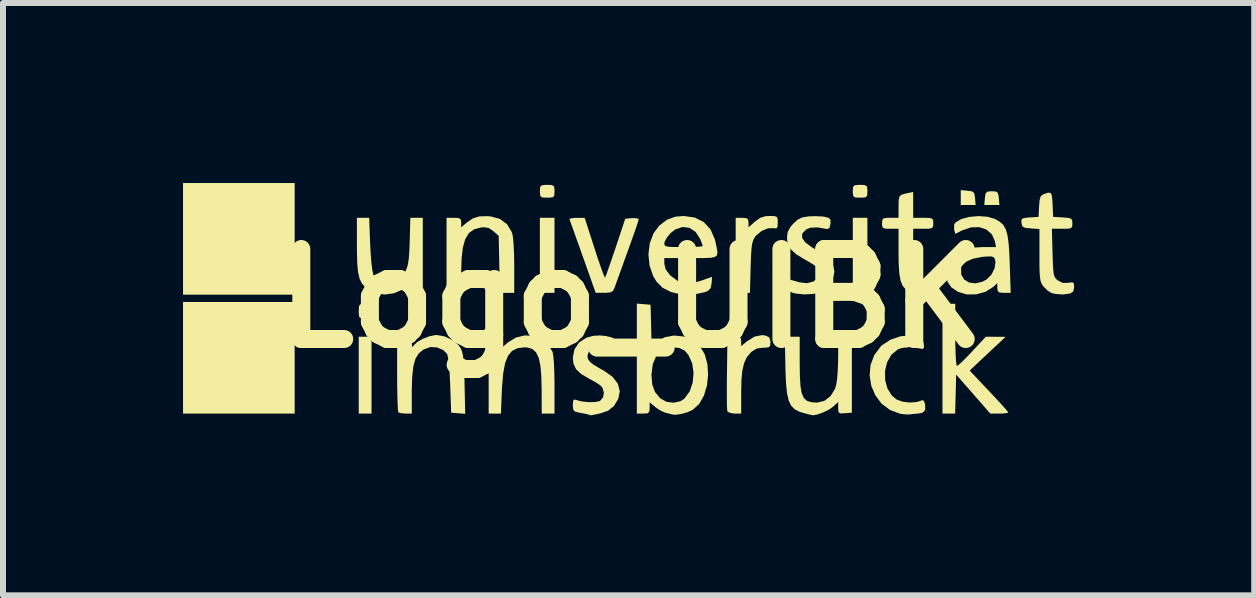
<source format=kicad_pcb>
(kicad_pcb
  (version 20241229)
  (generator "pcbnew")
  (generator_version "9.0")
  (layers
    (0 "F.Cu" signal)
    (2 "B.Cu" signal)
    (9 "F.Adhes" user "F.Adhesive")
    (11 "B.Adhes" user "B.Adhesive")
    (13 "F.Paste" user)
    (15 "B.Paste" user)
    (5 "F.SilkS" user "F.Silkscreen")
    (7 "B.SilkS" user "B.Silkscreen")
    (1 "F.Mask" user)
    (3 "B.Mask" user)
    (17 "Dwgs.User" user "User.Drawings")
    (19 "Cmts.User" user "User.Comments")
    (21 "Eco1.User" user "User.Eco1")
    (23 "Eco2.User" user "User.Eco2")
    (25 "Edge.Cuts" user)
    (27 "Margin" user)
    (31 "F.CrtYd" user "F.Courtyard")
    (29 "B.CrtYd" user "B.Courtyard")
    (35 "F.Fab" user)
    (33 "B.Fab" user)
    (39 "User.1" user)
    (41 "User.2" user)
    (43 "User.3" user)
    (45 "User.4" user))
  (footprint "Logo_UIBK"
    (layer "F.Cu")
    (at 7.471 1.921)
    (property "Reference" "Logo_UIBK" (at 0 0 0) (layer "F.SilkS") (effects (font (size 1.5 1.5) (thickness 0.3))))
    (attr board_only exclude_from_pos_files exclude_from_bom)
    (fp_poly (pts (xy -5.611 -0.991) (xy -5.611 -0.061) (xy -6.541 -0.061) (xy -7.471 -0.061) (xy -7.471 -0.991) (xy -7.471 -1.921) (xy -6.541 -1.921) (xy -5.611 -1.921)) (stroke (width 0) (type solid)) (fill yes) (layer "F.SilkS"))
    (fp_poly (pts (xy -5.611 0.991) (xy -5.611 1.921) (xy -6.541 1.921) (xy -7.471 1.921) (xy -7.471 0.991) (xy -7.471 0.061) (xy -6.541 0.061) (xy -5.611 0.061)) (stroke (width 0) (type solid)) (fill yes) (layer "F.SilkS"))
    (fp_poly (pts (xy -4.33 1.281) (xy -4.33 1.921) (xy -4.437 1.921) (xy -4.543 1.921) (xy -4.543 1.281) (xy -4.543 0.64) (xy -4.437 0.64) (xy -4.33 0.64)) (stroke (width 0) (type solid)) (fill yes) (layer "F.SilkS"))
    (fp_poly (pts (xy -1.281 -0.717) (xy -1.281 -0.091) (xy -1.403 -0.091) (xy -1.525 -0.091) (xy -1.525 -0.717) (xy -1.525 -1.342) (xy -1.403 -1.342) (xy -1.281 -1.342)) (stroke (width 0) (type solid)) (fill yes) (layer "F.SilkS"))
    (fp_poly (pts (xy 3.933 -0.717) (xy 3.933 -0.091) (xy 3.812 -0.091) (xy 3.69 -0.091) (xy 3.69 -0.717) (xy 3.69 -1.342) (xy 3.812 -1.342) (xy 3.933 -1.342)) (stroke (width 0) (type solid)) (fill yes) (layer "F.SilkS"))
    (fp_poly (pts (xy 5.603 -1.793) (xy 5.678 -1.782) (xy 5.713 -1.753) (xy 5.725 -1.685) (xy 5.727 -1.669) (xy 5.736 -1.555) (xy 5.612 -1.555) (xy 5.489 -1.555) (xy 5.489 -1.679) (xy 5.489 -1.803)) (stroke (width 0) (type solid)) (fill yes) (layer "F.SilkS"))
    (fp_poly (pts (xy 6.077 -1.779) (xy 6.109 -1.753) (xy 6.122 -1.687) (xy 6.123 -1.669) (xy 6.133 -1.555) (xy 6.007 -1.555) (xy 5.881 -1.555) (xy 5.891 -1.669) (xy 5.901 -1.744) (xy 5.929 -1.776) (xy 5.991 -1.784) (xy 6.007 -1.784)) (stroke (width 0) (type solid)) (fill yes) (layer "F.SilkS"))
    (fp_poly (pts (xy -4.368 0.095) (xy -4.338 0.118) (xy -4.33 0.177) (xy -4.33 0.213) (xy -4.333 0.292) (xy -4.353 0.326) (xy -4.405 0.335) (xy -4.437 0.335) (xy -4.505 0.332) (xy -4.535 0.309) (xy -4.543 0.249) (xy -4.543 0.213) (xy -4.54 0.135) (xy -4.52 0.101) (xy -4.468 0.092) (xy -4.437 0.091)) (stroke (width 0) (type solid)) (fill yes) (layer "F.SilkS"))
    (fp_poly (pts (xy -1.325 -1.887) (xy -1.29 -1.867) (xy -1.281 -1.815) (xy -1.281 -1.784) (xy -1.284 -1.715) (xy -1.307 -1.685) (xy -1.367 -1.677) (xy -1.403 -1.677) (xy -1.481 -1.68) (xy -1.515 -1.7) (xy -1.524 -1.752) (xy -1.525 -1.784) (xy -1.521 -1.852) (xy -1.498 -1.882) (xy -1.439 -1.89) (xy -1.403 -1.891)) (stroke (width 0) (type solid)) (fill yes) (layer "F.SilkS"))
    (fp_poly (pts (xy 3.89 -1.887) (xy 3.924 -1.867) (xy 3.933 -1.815) (xy 3.933 -1.784) (xy 3.93 -1.715) (xy 3.907 -1.685) (xy 3.848 -1.677) (xy 3.812 -1.677) (xy 3.733 -1.68) (xy 3.699 -1.7) (xy 3.69 -1.752) (xy 3.69 -1.784) (xy 3.693 -1.852) (xy 3.716 -1.882) (xy 3.776 -1.89) (xy 3.812 -1.891)) (stroke (width 0) (type solid)) (fill yes) (layer "F.SilkS"))
    (fp_poly (pts (xy 2.387 -1.37) (xy 2.427 -1.354) (xy 2.439 -1.311) (xy 2.439 -1.262) (xy 2.435 -1.19) (xy 2.415 -1.164) (xy 2.374 -1.169) (xy 2.277 -1.167) (xy 2.172 -1.123) (xy 2.081 -1.049) (xy 2.057 -1.018) (xy 2.032 -0.973) (xy 2.014 -0.915) (xy 2.002 -0.833) (xy 1.994 -0.715) (xy 1.988 -0.55) (xy 1.987 -0.511) (xy 1.976 -0.091) (xy 1.857 -0.091) (xy 1.738 -0.091) (xy 1.738 -0.717) (xy 1.738 -1.342) (xy 1.845 -1.342) (xy 1.917 -1.336) (xy 1.946 -1.31) (xy 1.952 -1.262) (xy 1.952 -1.183) (xy 2.059 -1.278) (xy 2.148 -1.342) (xy 2.238 -1.369) (xy 2.303 -1.372)) (stroke (width 0) (type solid)) (fill yes) (layer "F.SilkS"))
    (fp_poly (pts (xy 5.397 0.61) (xy 5.399 0.785) (xy 5.403 0.934) (xy 5.41 1.046) (xy 5.418 1.113) (xy 5.425 1.128) (xy 5.456 1.107) (xy 5.518 1.05) (xy 5.602 0.966) (xy 5.679 0.884) (xy 5.906 0.64) (xy 6.071 0.641) (xy 6.236 0.642) (xy 5.936 0.923) (xy 5.637 1.204) (xy 5.959 1.545) (xy 6.07 1.663) (xy 6.165 1.766) (xy 6.236 1.846) (xy 6.275 1.893) (xy 6.281 1.903) (xy 6.254 1.913) (xy 6.184 1.92) (xy 6.131 1.921) (xy 5.981 1.921) (xy 5.697 1.596) (xy 5.412 1.271) (xy 5.404 1.596) (xy 5.395 1.921) (xy 5.289 1.921) (xy 5.184 1.921) (xy 5.184 1.006) (xy 5.184 0.091) (xy 5.29 0.091) (xy 5.397 0.091)) (stroke (width 0) (type solid)) (fill yes) (layer "F.SilkS"))
    (fp_poly (pts (xy 2.241 0.622) (xy 2.298 0.651) (xy 2.317 0.711) (xy 2.317 0.732) (xy 2.313 0.79) (xy 2.287 0.816) (xy 2.223 0.823) (xy 2.193 0.823) (xy 2.088 0.837) (xy 2.004 0.889) (xy 1.983 0.91) (xy 1.921 0.986) (xy 1.878 1.081) (xy 1.849 1.204) (xy 1.834 1.366) (xy 1.83 1.578) (xy 1.83 1.578) (xy 1.83 1.921) (xy 1.722 1.921) (xy 1.646 1.911) (xy 1.602 1.886) (xy 1.599 1.882) (xy 1.595 1.841) (xy 1.592 1.748) (xy 1.591 1.615) (xy 1.591 1.451) (xy 1.592 1.267) (xy 1.593 1.249) (xy 1.601 0.656) (xy 1.715 0.646) (xy 1.79 0.644) (xy 1.822 0.661) (xy 1.829 0.71) (xy 1.83 0.717) (xy 1.83 0.798) (xy 1.923 0.719) (xy 2.054 0.637) (xy 2.181 0.613)) (stroke (width 0) (type solid)) (fill yes) (layer "F.SilkS"))
    (fp_poly (pts (xy -2.345 -1.365) (xy -2.191 -1.323) (xy -2.071 -1.234) (xy -1.993 -1.103) (xy -1.982 -1.069) (xy -1.971 -0.999) (xy -1.962 -0.883) (xy -1.955 -0.735) (xy -1.952 -0.57) (xy -1.952 -0.526) (xy -1.952 -0.091) (xy -2.071 -0.091) (xy -2.191 -0.091) (xy -2.201 -0.567) (xy -2.211 -1.042) (xy -2.3 -1.119) (xy -2.374 -1.17) (xy -2.449 -1.184) (xy -2.513 -1.179) (xy -2.623 -1.149) (xy -2.707 -1.087) (xy -2.768 -0.988) (xy -2.808 -0.846) (xy -2.83 -0.655) (xy -2.836 -0.435) (xy -2.836 -0.091) (xy -2.958 -0.091) (xy -3.08 -0.091) (xy -3.08 -0.717) (xy -3.08 -1.342) (xy -2.958 -1.342) (xy -2.879 -1.338) (xy -2.844 -1.318) (xy -2.836 -1.272) (xy -2.836 -1.263) (xy -2.836 -1.184) (xy -2.742 -1.263) (xy -2.642 -1.331) (xy -2.536 -1.365) (xy -2.403 -1.369)) (stroke (width 0) (type solid)) (fill yes) (layer "F.SilkS"))
    (fp_poly (pts (xy -0.778 -1.34) (xy -0.615 -0.835) (xy -0.562 -0.672) (xy -0.514 -0.533) (xy -0.475 -0.426) (xy -0.449 -0.36) (xy -0.439 -0.344) (xy -0.425 -0.376) (xy -0.396 -0.456) (xy -0.354 -0.575) (xy -0.304 -0.721) (xy -0.263 -0.842) (xy -0.102 -1.326) (xy 0.01 -1.336) (xy 0.082 -1.335) (xy 0.12 -1.322) (xy 0.122 -1.318) (xy 0.117 -1.297) (xy 0.103 -1.251) (xy 0.077 -1.173) (xy 0.038 -1.061) (xy -0.016 -0.909) (xy -0.087 -0.713) (xy -0.175 -0.468) (xy -0.281 -0.175) (xy -0.306 -0.124) (xy -0.347 -0.099) (xy -0.422 -0.092) (xy -0.453 -0.092) (xy -0.595 -0.092) (xy -0.808 -0.692) (xy -0.872 -0.873) (xy -0.93 -1.034) (xy -0.977 -1.167) (xy -1.012 -1.263) (xy -1.03 -1.313) (xy -1.032 -1.317) (xy -1.011 -1.332) (xy -0.947 -1.34) (xy -0.91 -1.341)) (stroke (width 0) (type solid)) (fill yes) (layer "F.SilkS"))
    (fp_poly (pts (xy -1.628 0.629) (xy -1.491 0.683) (xy -1.38 0.779) (xy -1.313 0.894) (xy -1.302 0.954) (xy -1.292 1.062) (xy -1.285 1.205) (xy -1.281 1.37) (xy -1.281 1.45) (xy -1.281 1.921) (xy -1.387 1.921) (xy -1.494 1.921) (xy -1.495 1.547) (xy -1.5 1.31) (xy -1.515 1.127) (xy -1.544 0.993) (xy -1.588 0.901) (xy -1.649 0.845) (xy -1.73 0.82) (xy -1.781 0.817) (xy -1.897 0.831) (xy -1.987 0.875) (xy -2.055 0.957) (xy -2.104 1.08) (xy -2.136 1.251) (xy -2.155 1.475) (xy -2.158 1.532) (xy -2.174 1.921) (xy -2.276 1.921) (xy -2.378 1.921) (xy -2.378 1.281) (xy -2.378 0.64) (xy -2.272 0.64) (xy -2.2 0.645) (xy -2.171 0.671) (xy -2.165 0.735) (xy -2.165 0.735) (xy -2.165 0.83) (xy -2.061 0.738) (xy -1.925 0.654) (xy -1.776 0.618)) (stroke (width 0) (type solid)) (fill yes) (layer "F.SilkS"))
    (fp_poly (pts (xy 4.745 0.63) (xy 4.823 0.654) (xy 4.86 0.691) (xy 4.873 0.757) (xy 4.876 0.823) (xy 4.856 0.844) (xy 4.798 0.834) (xy 4.797 0.834) (xy 4.64 0.813) (xy 4.499 0.829) (xy 4.437 0.853) (xy 4.331 0.942) (xy 4.261 1.066) (xy 4.227 1.21) (xy 4.229 1.361) (xy 4.267 1.503) (xy 4.343 1.623) (xy 4.423 1.688) (xy 4.52 1.723) (xy 4.641 1.737) (xy 4.756 1.728) (xy 4.817 1.708) (xy 4.859 1.696) (xy 4.882 1.725) (xy 4.895 1.773) (xy 4.897 1.859) (xy 4.852 1.907) (xy 4.772 1.921) (xy 4.687 1.928) (xy 4.65 1.934) (xy 4.579 1.936) (xy 4.488 1.925) (xy 4.48 1.924) (xy 4.309 1.861) (xy 4.169 1.755) (xy 4.065 1.617) (xy 3.997 1.456) (xy 3.97 1.284) (xy 3.986 1.11) (xy 4.048 0.945) (xy 4.158 0.799) (xy 4.176 0.782) (xy 4.318 0.689) (xy 4.487 0.632) (xy 4.66 0.618)) (stroke (width 0) (type solid)) (fill yes) (layer "F.SilkS"))
    (fp_poly (pts (xy -4.353 -0.907) (xy -4.344 -0.739) (xy -4.332 -0.59) (xy -4.317 -0.472) (xy -4.302 -0.4) (xy -4.299 -0.391) (xy -4.23 -0.303) (xy -4.133 -0.259) (xy -4.023 -0.256) (xy -3.913 -0.294) (xy -3.817 -0.371) (xy -3.768 -0.442) (xy -3.74 -0.506) (xy -3.721 -0.58) (xy -3.707 -0.679) (xy -3.699 -0.814) (xy -3.694 -0.953) (xy -3.683 -1.342) (xy -3.58 -1.342) (xy -3.476 -1.342) (xy -3.476 -0.717) (xy -3.476 -0.091) (xy -3.583 -0.091) (xy -3.654 -0.096) (xy -3.684 -0.123) (xy -3.69 -0.187) (xy -3.69 -0.19) (xy -3.691 -0.254) (xy -3.703 -0.264) (xy -3.733 -0.227) (xy -3.734 -0.224) (xy -3.829 -0.138) (xy -3.958 -0.084) (xy -4.105 -0.063) (xy -4.249 -0.08) (xy -4.363 -0.13) (xy -4.437 -0.187) (xy -4.492 -0.25) (xy -4.53 -0.329) (xy -4.554 -0.435) (xy -4.568 -0.577) (xy -4.573 -0.766) (xy -4.574 -0.877) (xy -4.574 -1.342) (xy -4.472 -1.342) (xy -4.369 -1.342)) (stroke (width 0) (type solid)) (fill yes) (layer "F.SilkS"))
    (fp_poly (pts (xy 3.56 0.646) (xy 3.674 0.656) (xy 3.674 1.281) (xy 3.674 1.906) (xy 3.56 1.915) (xy 3.485 1.918) (xy 3.453 1.9) (xy 3.446 1.846) (xy 3.446 1.826) (xy 3.446 1.727) (xy 3.362 1.806) (xy 3.293 1.854) (xy 3.199 1.9) (xy 3.104 1.935) (xy 3.031 1.949) (xy 3.019 1.948) (xy 2.981 1.94) (xy 2.912 1.923) (xy 2.912 1.923) (xy 2.805 1.892) (xy 2.723 1.85) (xy 2.663 1.79) (xy 2.621 1.703) (xy 2.594 1.582) (xy 2.577 1.419) (xy 2.568 1.205) (xy 2.567 1.136) (xy 2.556 0.64) (xy 2.681 0.64) (xy 2.805 0.64) (xy 2.805 1.084) (xy 2.808 1.301) (xy 2.818 1.465) (xy 2.839 1.583) (xy 2.874 1.662) (xy 2.927 1.709) (xy 3 1.732) (xy 3.095 1.738) (xy 3.216 1.709) (xy 3.318 1.63) (xy 3.392 1.511) (xy 3.411 1.451) (xy 3.426 1.363) (xy 3.437 1.234) (xy 3.444 1.083) (xy 3.446 0.976) (xy 3.446 0.637)) (stroke (width 0) (type solid)) (fill yes) (layer "F.SilkS"))
    (fp_poly (pts (xy -3.118 0.633) (xy -2.99 0.691) (xy -2.886 0.773) (xy -2.846 0.829) (xy -2.824 0.879) (xy -2.808 0.944) (xy -2.796 1.035) (xy -2.788 1.161) (xy -2.782 1.334) (xy -2.78 1.428) (xy -2.769 1.925) (xy -2.886 1.915) (xy -3.003 1.906) (xy -3.019 1.448) (xy -3.028 1.256) (xy -3.04 1.099) (xy -3.055 0.987) (xy -3.071 0.926) (xy -3.071 0.926) (xy -3.139 0.86) (xy -3.239 0.818) (xy -3.342 0.812) (xy -3.36 0.815) (xy -3.464 0.854) (xy -3.542 0.916) (xy -3.598 1.007) (xy -3.634 1.137) (xy -3.653 1.311) (xy -3.659 1.538) (xy -3.659 1.54) (xy -3.659 1.921) (xy -3.761 1.921) (xy -3.836 1.915) (xy -3.881 1.902) (xy -3.883 1.901) (xy -3.889 1.865) (xy -3.894 1.778) (xy -3.899 1.65) (xy -3.902 1.488) (xy -3.903 1.303) (xy -3.903 1.26) (xy -3.903 0.64) (xy -3.781 0.64) (xy -3.703 0.644) (xy -3.668 0.664) (xy -3.659 0.714) (xy -3.658 0.739) (xy -3.655 0.802) (xy -3.643 0.81) (xy -3.625 0.782) (xy -3.568 0.727) (xy -3.473 0.674) (xy -3.364 0.632) (xy -3.263 0.612) (xy -3.247 0.611)) (stroke (width 0) (type solid)) (fill yes) (layer "F.SilkS"))
    (fp_poly (pts (xy 4.696 -1.558) (xy 4.696 -1.342) (xy 4.864 -1.342) (xy 4.959 -1.34) (xy 5.009 -1.33) (xy 5.028 -1.303) (xy 5.031 -1.252) (xy 5.031 -1.25) (xy 5.028 -1.198) (xy 5.01 -1.171) (xy 4.961 -1.16) (xy 4.866 -1.159) (xy 4.864 -1.159) (xy 4.696 -1.159) (xy 4.696 -0.768) (xy 4.698 -0.58) (xy 4.706 -0.445) (xy 4.725 -0.354) (xy 4.756 -0.299) (xy 4.805 -0.271) (xy 4.873 -0.263) (xy 4.906 -0.263) (xy 4.986 -0.262) (xy 5.022 -0.245) (xy 5.031 -0.201) (xy 5.031 -0.182) (xy 5.015 -0.111) (xy 4.983 -0.079) (xy 4.878 -0.063) (xy 4.751 -0.074) (xy 4.641 -0.107) (xy 4.572 -0.148) (xy 4.521 -0.207) (xy 4.486 -0.293) (xy 4.465 -0.415) (xy 4.454 -0.581) (xy 4.452 -0.761) (xy 4.452 -1.159) (xy 4.315 -1.159) (xy 4.23 -1.161) (xy 4.19 -1.177) (xy 4.178 -1.216) (xy 4.177 -1.25) (xy 4.181 -1.306) (xy 4.204 -1.333) (xy 4.263 -1.341) (xy 4.315 -1.342) (xy 4.452 -1.342) (xy 4.452 -1.523) (xy 4.454 -1.63) (xy 4.466 -1.692) (xy 4.498 -1.724) (xy 4.561 -1.744) (xy 4.597 -1.752) (xy 4.696 -1.773)) (stroke (width 0) (type solid)) (fill yes) (layer "F.SilkS"))
    (fp_poly (pts (xy 3.18 -1.364) (xy 3.217 -1.359) (xy 3.29 -1.34) (xy 3.318 -1.309) (xy 3.318 -1.246) (xy 3.318 -1.241) (xy 3.301 -1.171) (xy 3.266 -1.154) (xy 3.263 -1.154) (xy 3.101 -1.182) (xy 2.982 -1.176) (xy 2.913 -1.147) (xy 2.848 -1.081) (xy 2.844 -1.009) (xy 2.9 -0.93) (xy 3.016 -0.845) (xy 3.132 -0.781) (xy 3.272 -0.686) (xy 3.356 -0.573) (xy 3.384 -0.446) (xy 3.354 -0.309) (xy 3.323 -0.25) (xy 3.253 -0.169) (xy 3.164 -0.108) (xy 3.156 -0.105) (xy 3.031 -0.073) (xy 2.88 -0.065) (xy 2.735 -0.08) (xy 2.674 -0.097) (xy 2.614 -0.129) (xy 2.596 -0.181) (xy 2.598 -0.224) (xy 2.615 -0.293) (xy 2.649 -0.309) (xy 2.653 -0.308) (xy 2.712 -0.292) (xy 2.796 -0.268) (xy 2.809 -0.265) (xy 2.926 -0.252) (xy 3.03 -0.278) (xy 3.105 -0.336) (xy 3.129 -0.385) (xy 3.133 -0.446) (xy 3.107 -0.501) (xy 3.042 -0.557) (xy 2.931 -0.624) (xy 2.891 -0.646) (xy 2.746 -0.734) (xy 2.653 -0.82) (xy 2.604 -0.914) (xy 2.592 -1.011) (xy 2.605 -1.106) (xy 2.652 -1.191) (xy 2.693 -1.239) (xy 2.769 -1.31) (xy 2.845 -1.347) (xy 2.95 -1.365) (xy 3.067 -1.369)) (stroke (width 0) (type solid)) (fill yes) (layer "F.SilkS"))
    (fp_poly (pts (xy -0.418 0.629) (xy -0.327 0.652) (xy -0.269 0.684) (xy -0.257 0.721) (xy -0.273 0.791) (xy -0.274 0.813) (xy -0.287 0.842) (xy -0.335 0.843) (xy -0.374 0.835) (xy -0.521 0.815) (xy -0.634 0.831) (xy -0.707 0.88) (xy -0.732 0.961) (xy -0.723 1.012) (xy -0.691 1.059) (xy -0.625 1.11) (xy -0.517 1.174) (xy -0.461 1.204) (xy -0.316 1.306) (xy -0.226 1.422) (xy -0.193 1.547) (xy -0.219 1.678) (xy -0.293 1.797) (xy -0.388 1.873) (xy -0.521 1.919) (xy -0.608 1.937) (xy -0.667 1.948) (xy -0.68 1.949) (xy -0.709 1.939) (xy -0.717 1.936) (xy -0.765 1.925) (xy -0.845 1.91) (xy -0.861 1.907) (xy -0.936 1.889) (xy -0.968 1.858) (xy -0.976 1.793) (xy -0.976 1.779) (xy -0.971 1.708) (xy -0.952 1.686) (xy -0.922 1.693) (xy -0.83 1.718) (xy -0.717 1.73) (xy -0.608 1.729) (xy -0.529 1.713) (xy -0.523 1.71) (xy -0.472 1.652) (xy -0.458 1.571) (xy -0.483 1.489) (xy -0.511 1.457) (xy -0.57 1.415) (xy -0.657 1.364) (xy -0.698 1.343) (xy -0.835 1.263) (xy -0.921 1.182) (xy -0.965 1.089) (xy -0.976 0.989) (xy -0.948 0.849) (xy -0.87 0.735) (xy -0.749 0.656) (xy -0.636 0.625) (xy -0.525 0.619)) (stroke (width 0) (type solid)) (fill yes) (layer "F.SilkS"))
    (fp_poly (pts (xy 0.206 0.097) (xy 0.32 0.107) (xy 0.329 0.452) (xy 0.337 0.797) (xy 0.428 0.72) (xy 0.559 0.648) (xy 0.712 0.62) (xy 0.87 0.636) (xy 1.018 0.694) (xy 1.139 0.793) (xy 1.142 0.796) (xy 1.222 0.932) (xy 1.267 1.096) (xy 1.279 1.275) (xy 1.259 1.455) (xy 1.209 1.621) (xy 1.13 1.76) (xy 1.023 1.857) (xy 1.023 1.858) (xy 0.933 1.899) (xy 0.828 1.928) (xy 0.734 1.941) (xy 0.686 1.936) (xy 0.635 1.923) (xy 0.574 1.908) (xy 0.496 1.877) (xy 0.411 1.822) (xy 0.399 1.812) (xy 0.305 1.733) (xy 0.305 1.827) (xy 0.299 1.89) (xy 0.27 1.916) (xy 0.198 1.921) (xy 0.091 1.921) (xy 0.091 1.278) (xy 0.335 1.278) (xy 0.348 1.437) (xy 0.392 1.558) (xy 0.472 1.658) (xy 0.477 1.663) (xy 0.58 1.723) (xy 0.701 1.74) (xy 0.817 1.715) (xy 0.882 1.673) (xy 0.971 1.553) (xy 1.022 1.403) (xy 1.036 1.242) (xy 1.013 1.083) (xy 0.951 0.945) (xy 0.889 0.872) (xy 0.8 0.828) (xy 0.684 0.816) (xy 0.567 0.836) (xy 0.502 0.867) (xy 0.414 0.96) (xy 0.357 1.096) (xy 0.335 1.267) (xy 0.335 1.278) (xy 0.091 1.278) (xy 0.091 1.004) (xy 0.091 0.088)) (stroke (width 0) (type solid)) (fill yes) (layer "F.SilkS"))
    (fp_poly (pts (xy 6.986 -1.756) (xy 7.006 -1.715) (xy 7.016 -1.629) (xy 7.019 -1.563) (xy 7.028 -1.357) (xy 7.189 -1.348) (xy 7.282 -1.34) (xy 7.329 -1.326) (xy 7.346 -1.294) (xy 7.349 -1.249) (xy 7.346 -1.198) (xy 7.327 -1.171) (xy 7.278 -1.16) (xy 7.184 -1.159) (xy 7.178 -1.159) (xy 7.007 -1.159) (xy 7.018 -0.76) (xy 7.023 -0.596) (xy 7.029 -0.482) (xy 7.038 -0.407) (xy 7.052 -0.359) (xy 7.074 -0.326) (xy 7.103 -0.3) (xy 7.185 -0.257) (xy 7.279 -0.258) (xy 7.347 -0.267) (xy 7.374 -0.248) (xy 7.379 -0.189) (xy 7.379 -0.188) (xy 7.365 -0.116) (xy 7.315 -0.082) (xy 7.311 -0.08) (xy 7.189 -0.064) (xy 7.063 -0.073) (xy 6.995 -0.091) (xy 6.931 -0.133) (xy 6.866 -0.198) (xy 6.865 -0.2) (xy 6.839 -0.237) (xy 6.821 -0.281) (xy 6.81 -0.341) (xy 6.803 -0.429) (xy 6.8 -0.557) (xy 6.8 -0.719) (xy 6.8 -1.155) (xy 6.655 -1.165) (xy 6.566 -1.174) (xy 6.522 -1.193) (xy 6.504 -1.232) (xy 6.501 -1.256) (xy 6.499 -1.306) (xy 6.52 -1.331) (xy 6.578 -1.343) (xy 6.638 -1.348) (xy 6.785 -1.357) (xy 6.794 -1.534) (xy 6.802 -1.636) (xy 6.818 -1.694) (xy 6.849 -1.726) (xy 6.88 -1.739) (xy 6.946 -1.761)) (stroke (width 0) (type solid)) (fill yes) (layer "F.SilkS"))
    (fp_poly (pts (xy 1.056 -1.346) (xy 1.207 -1.27) (xy 1.32 -1.147) (xy 1.392 -0.98) (xy 1.4 -0.945) (xy 1.423 -0.84) (xy 1.434 -0.766) (xy 1.426 -0.717) (xy 1.39 -0.689) (xy 1.319 -0.675) (xy 1.204 -0.671) (xy 1.038 -0.671) (xy 0.991 -0.671) (xy 0.549 -0.671) (xy 0.549 -0.576) (xy 0.571 -0.483) (xy 0.644 -0.386) (xy 0.65 -0.381) (xy 0.771 -0.29) (xy 0.905 -0.252) (xy 1.062 -0.265) (xy 1.168 -0.296) (xy 1.345 -0.358) (xy 1.336 -0.248) (xy 1.321 -0.17) (xy 1.28 -0.126) (xy 1.22 -0.101) (xy 1.08 -0.072) (xy 0.915 -0.066) (xy 0.754 -0.082) (xy 0.661 -0.105) (xy 0.521 -0.175) (xy 0.419 -0.278) (xy 0.364 -0.369) (xy 0.303 -0.545) (xy 0.284 -0.733) (xy 0.307 -0.918) (xy 0.549 -0.918) (xy 0.552 -0.889) (xy 0.57 -0.871) (xy 0.612 -0.86) (xy 0.69 -0.855) (xy 0.814 -0.854) (xy 0.869 -0.854) (xy 1 -0.855) (xy 1.106 -0.859) (xy 1.172 -0.865) (xy 1.189 -0.87) (xy 1.179 -0.906) (xy 1.152 -0.974) (xy 1.147 -0.988) (xy 1.07 -1.107) (xy 0.968 -1.174) (xy 0.852 -1.189) (xy 0.732 -1.148) (xy 0.653 -1.086) (xy 0.591 -1.011) (xy 0.554 -0.942) (xy 0.549 -0.918) (xy 0.307 -0.918) (xy 0.307 -0.919) (xy 0.37 -1.085) (xy 0.464 -1.211) (xy 0.592 -1.309) (xy 0.731 -1.36) (xy 0.872 -1.372)) (stroke (width 0) (type solid)) (fill yes) (layer "F.SilkS"))
    (fp_poly (pts (xy 5.935 -1.359) (xy 6.06 -1.322) (xy 6.067 -1.319) (xy 6.142 -1.274) (xy 6.199 -1.22) (xy 6.24 -1.147) (xy 6.268 -1.047) (xy 6.287 -0.91) (xy 6.299 -0.727) (xy 6.305 -0.577) (xy 6.321 -0.091) (xy 6.209 -0.091) (xy 6.136 -0.096) (xy 6.105 -0.12) (xy 6.098 -0.173) (xy 6.098 -0.255) (xy 6.03 -0.19) (xy 5.902 -0.109) (xy 5.747 -0.066) (xy 5.585 -0.065) (xy 5.443 -0.108) (xy 5.332 -0.182) (xy 5.269 -0.273) (xy 5.246 -0.399) (xy 5.245 -0.441) (xy 5.255 -0.505) (xy 5.494 -0.505) (xy 5.497 -0.396) (xy 5.545 -0.314) (xy 5.628 -0.263) (xy 5.734 -0.249) (xy 5.851 -0.277) (xy 5.919 -0.314) (xy 6 -0.395) (xy 6.053 -0.501) (xy 6.067 -0.608) (xy 6.057 -0.656) (xy 6.037 -0.685) (xy 5.997 -0.698) (xy 5.923 -0.697) (xy 5.846 -0.69) (xy 5.691 -0.66) (xy 5.575 -0.609) (xy 5.506 -0.54) (xy 5.494 -0.505) (xy 5.255 -0.505) (xy 5.268 -0.592) (xy 5.34 -0.709) (xy 5.46 -0.79) (xy 5.63 -0.839) (xy 5.842 -0.854) (xy 6.076 -0.854) (xy 6.057 -0.953) (xy 6.007 -1.067) (xy 5.917 -1.146) (xy 5.797 -1.186) (xy 5.658 -1.182) (xy 5.512 -1.132) (xy 5.51 -1.131) (xy 5.397 -1.074) (xy 5.378 -1.149) (xy 5.379 -1.229) (xy 5.401 -1.264) (xy 5.498 -1.321) (xy 5.633 -1.357) (xy 5.786 -1.37)) (stroke (width 0) (type solid)) (fill yes) (layer "F.SilkS")))
  (gr_rect
    (start -3 -3)
    (end 17.85 6.87)
    (stroke (width 0.1) (type default))
    (fill no)
    (layer "Edge.Cuts")))
</source>
